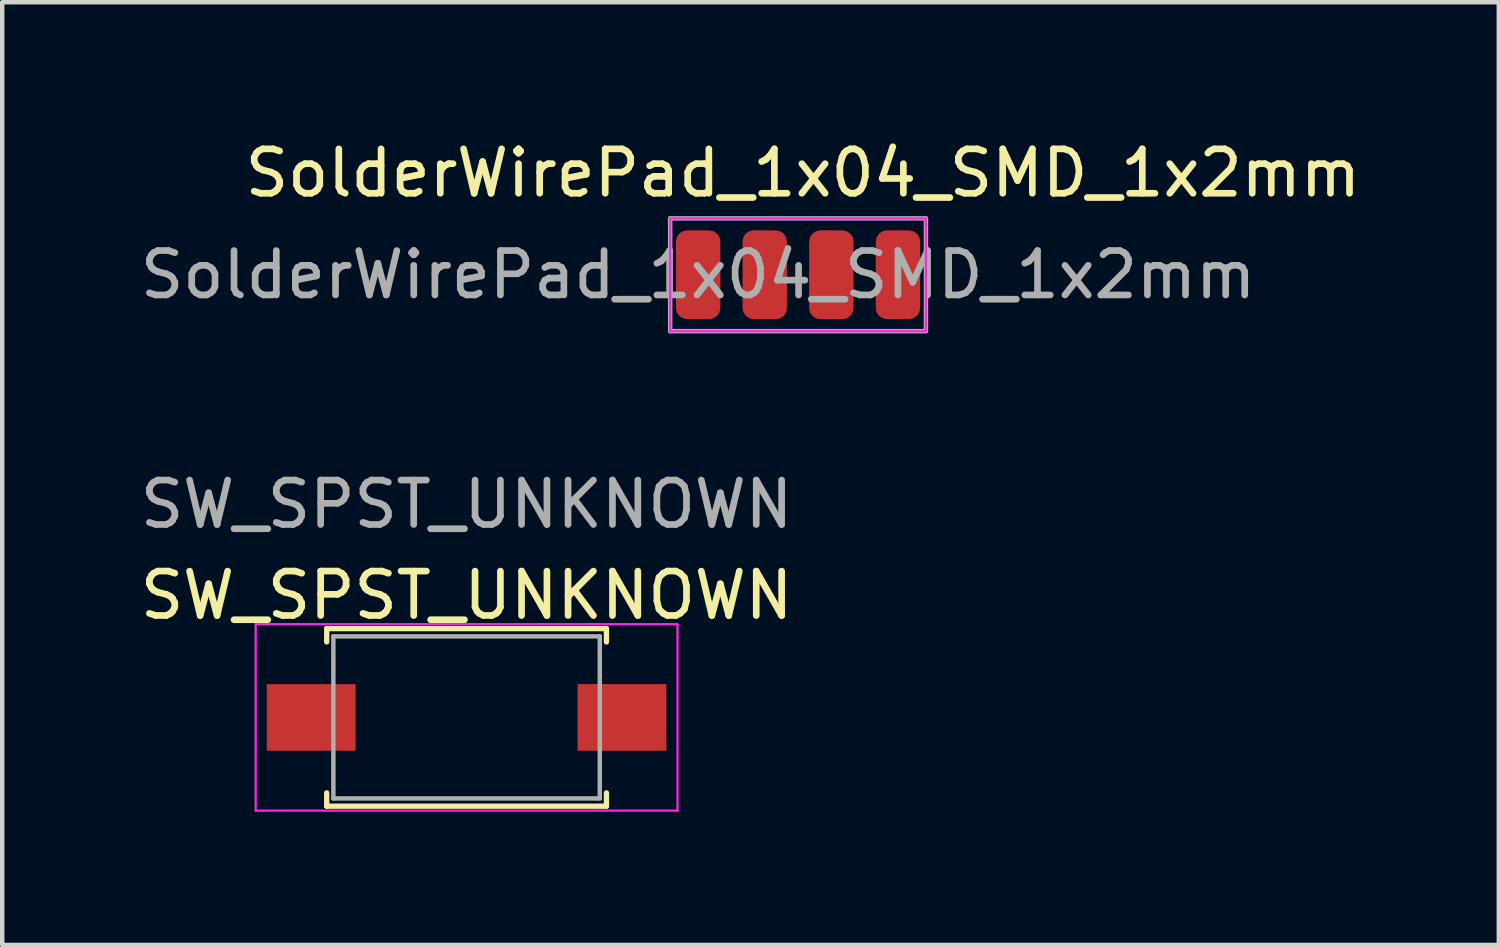
<source format=kicad_pcb>
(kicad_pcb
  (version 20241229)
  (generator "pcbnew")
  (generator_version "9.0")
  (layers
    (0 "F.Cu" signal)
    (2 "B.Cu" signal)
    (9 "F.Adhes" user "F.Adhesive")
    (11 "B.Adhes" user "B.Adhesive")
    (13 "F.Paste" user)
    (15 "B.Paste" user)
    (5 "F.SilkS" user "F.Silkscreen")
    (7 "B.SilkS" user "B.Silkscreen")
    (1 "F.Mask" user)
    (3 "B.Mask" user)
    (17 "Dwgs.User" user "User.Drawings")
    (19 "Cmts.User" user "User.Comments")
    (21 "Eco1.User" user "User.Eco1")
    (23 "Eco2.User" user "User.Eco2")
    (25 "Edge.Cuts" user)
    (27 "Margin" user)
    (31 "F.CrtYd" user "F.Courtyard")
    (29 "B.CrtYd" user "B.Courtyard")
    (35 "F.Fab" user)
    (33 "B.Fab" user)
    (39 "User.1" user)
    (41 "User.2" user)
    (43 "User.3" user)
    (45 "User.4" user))
  (footprint "SolderWirePad_1x04_SMD_1x2mm"
    (layer "F.Cu")
    (at 12.673 3.138)
    (property "Reference" "SolderWirePad_1x04_SMD_1x2mm" (at 2.36 -2.29 0) (layer "F.SilkS") (effects (font (size 1 1) (thickness 0.15))))
    (attr exclude_from_pos_files exclude_from_bom)
    (fp_line (start -0.63 -1.27) (end -0.63 1.27) (stroke (width 0.05) (type solid)) (layer "F.CrtYd"))
    (fp_line (start -0.63 1.27) (end 5.13 1.27) (stroke (width 0.05) (type solid)) (layer "F.CrtYd"))
    (fp_line (start 5.13 -1.27) (end -0.63 -1.27) (stroke (width 0.05) (type solid)) (layer "F.CrtYd"))
    (fp_line (start 5.13 1.27) (end 5.13 -1.27) (stroke (width 0.05) (type solid)) (layer "F.CrtYd"))
    (fp_line (start -0.63 -1.27) (end 5.13 -1.27) (stroke (width 0.1) (type solid)) (layer "F.Fab"))
    (fp_line (start -0.63 1.27) (end -0.63 -1.27) (stroke (width 0.1) (type solid)) (layer "F.Fab"))
    (fp_line (start 5.13 -1.27) (end 5.13 1.27) (stroke (width 0.1) (type solid)) (layer "F.Fab"))
    (fp_line (start 5.13 1.27) (end -0.63 1.27) (stroke (width 0.1) (type solid)) (layer "F.Fab"))
    (fp_text user "${REFERENCE}" (at 0 0 0) (layer "F.Fab") (effects (font (size 1 1) (thickness 0.15))))
    (pad "1" smd roundrect (at 0 0) (size 1 2) (layers "F.Cu" "F.Mask" "F.Paste") (roundrect_rratio 0.25))
    (pad "2" smd roundrect (at 1.5 0) (size 1 2) (layers "F.Cu" "F.Mask" "F.Paste") (roundrect_rratio 0.25))
    (pad "3" smd roundrect (at 3 0) (size 1 2) (layers "F.Cu" "F.Mask" "F.Paste") (roundrect_rratio 0.25))
    (pad "4" smd roundrect (at 4.5 0) (size 1 2) (layers "F.Cu" "F.Mask" "F.Paste") (roundrect_rratio 0.25)))
  (footprint "SW_SPST_UNKNOWN"
    (layer "F.Cu")
    (at 7.458 13.107)
    (property "Reference" "SW_SPST_UNKNOWN" (at 0 -2.75 0) (layer "F.SilkS") (effects (font (size 1 1) (thickness 0.15))))
    (attr smd)
    (fp_line (start -3.15 -2) (end 3.15 -2) (stroke (width 0.12) (type solid)) (layer "F.SilkS"))
    (fp_line (start -3.15 -1.7) (end -3.15 -2) (stroke (width 0.12) (type solid)) (layer "F.SilkS"))
    (fp_line (start -3.15 1.7) (end -3.15 2) (stroke (width 0.12) (type solid)) (layer "F.SilkS"))
    (fp_line (start -3.15 2) (end 3.15 2) (stroke (width 0.12) (type solid)) (layer "F.SilkS"))
    (fp_line (start 3.15 -2) (end 3.15 -1.7) (stroke (width 0.12) (type solid)) (layer "F.SilkS"))
    (fp_line (start 3.15 2) (end 3.15 1.7) (stroke (width 0.12) (type solid)) (layer "F.SilkS"))
    (fp_line (start -4.75 -2.1) (end -4.75 2.1) (stroke (width 0.05) (type solid)) (layer "F.CrtYd"))
    (fp_line (start -4.75 2.1) (end 4.75 2.1) (stroke (width 0.05) (type solid)) (layer "F.CrtYd"))
    (fp_line (start 4.75 -2.1) (end -4.75 -2.1) (stroke (width 0.05) (type solid)) (layer "F.CrtYd"))
    (fp_line (start 4.75 2.1) (end 4.75 -2.1) (stroke (width 0.05) (type solid)) (layer "F.CrtYd"))
    (fp_line (start -3 -1.825) (end 3 -1.825) (stroke (width 0.1) (type solid)) (layer "F.Fab"))
    (fp_line (start -3 1.825) (end -3 -1.825) (stroke (width 0.1) (type solid)) (layer "F.Fab"))
    (fp_line (start 3 -1.825) (end 3 1.825) (stroke (width 0.1) (type solid)) (layer "F.Fab"))
    (fp_line (start 3 1.825) (end -3 1.825) (stroke (width 0.1) (type solid)) (layer "F.Fab"))
    (fp_text user "${REFERENCE}" (at 0 -4.8 0) (layer "F.Fab") (effects (font (size 1 1) (thickness 0.15))))
    (pad "1" smd rect (at -3.5 0) (size 2 1.5) (layers "F.Cu" "F.Mask" "F.Paste"))
    (pad "2" smd rect (at 3.5 0) (size 2 1.5) (layers "F.Cu" "F.Mask" "F.Paste")))
  (gr_rect
    (start -3 -3)
    (end 30.705 18.232)
    (stroke (width 0.1) (type default))
    (fill no)
    (layer "Edge.Cuts")))
</source>
